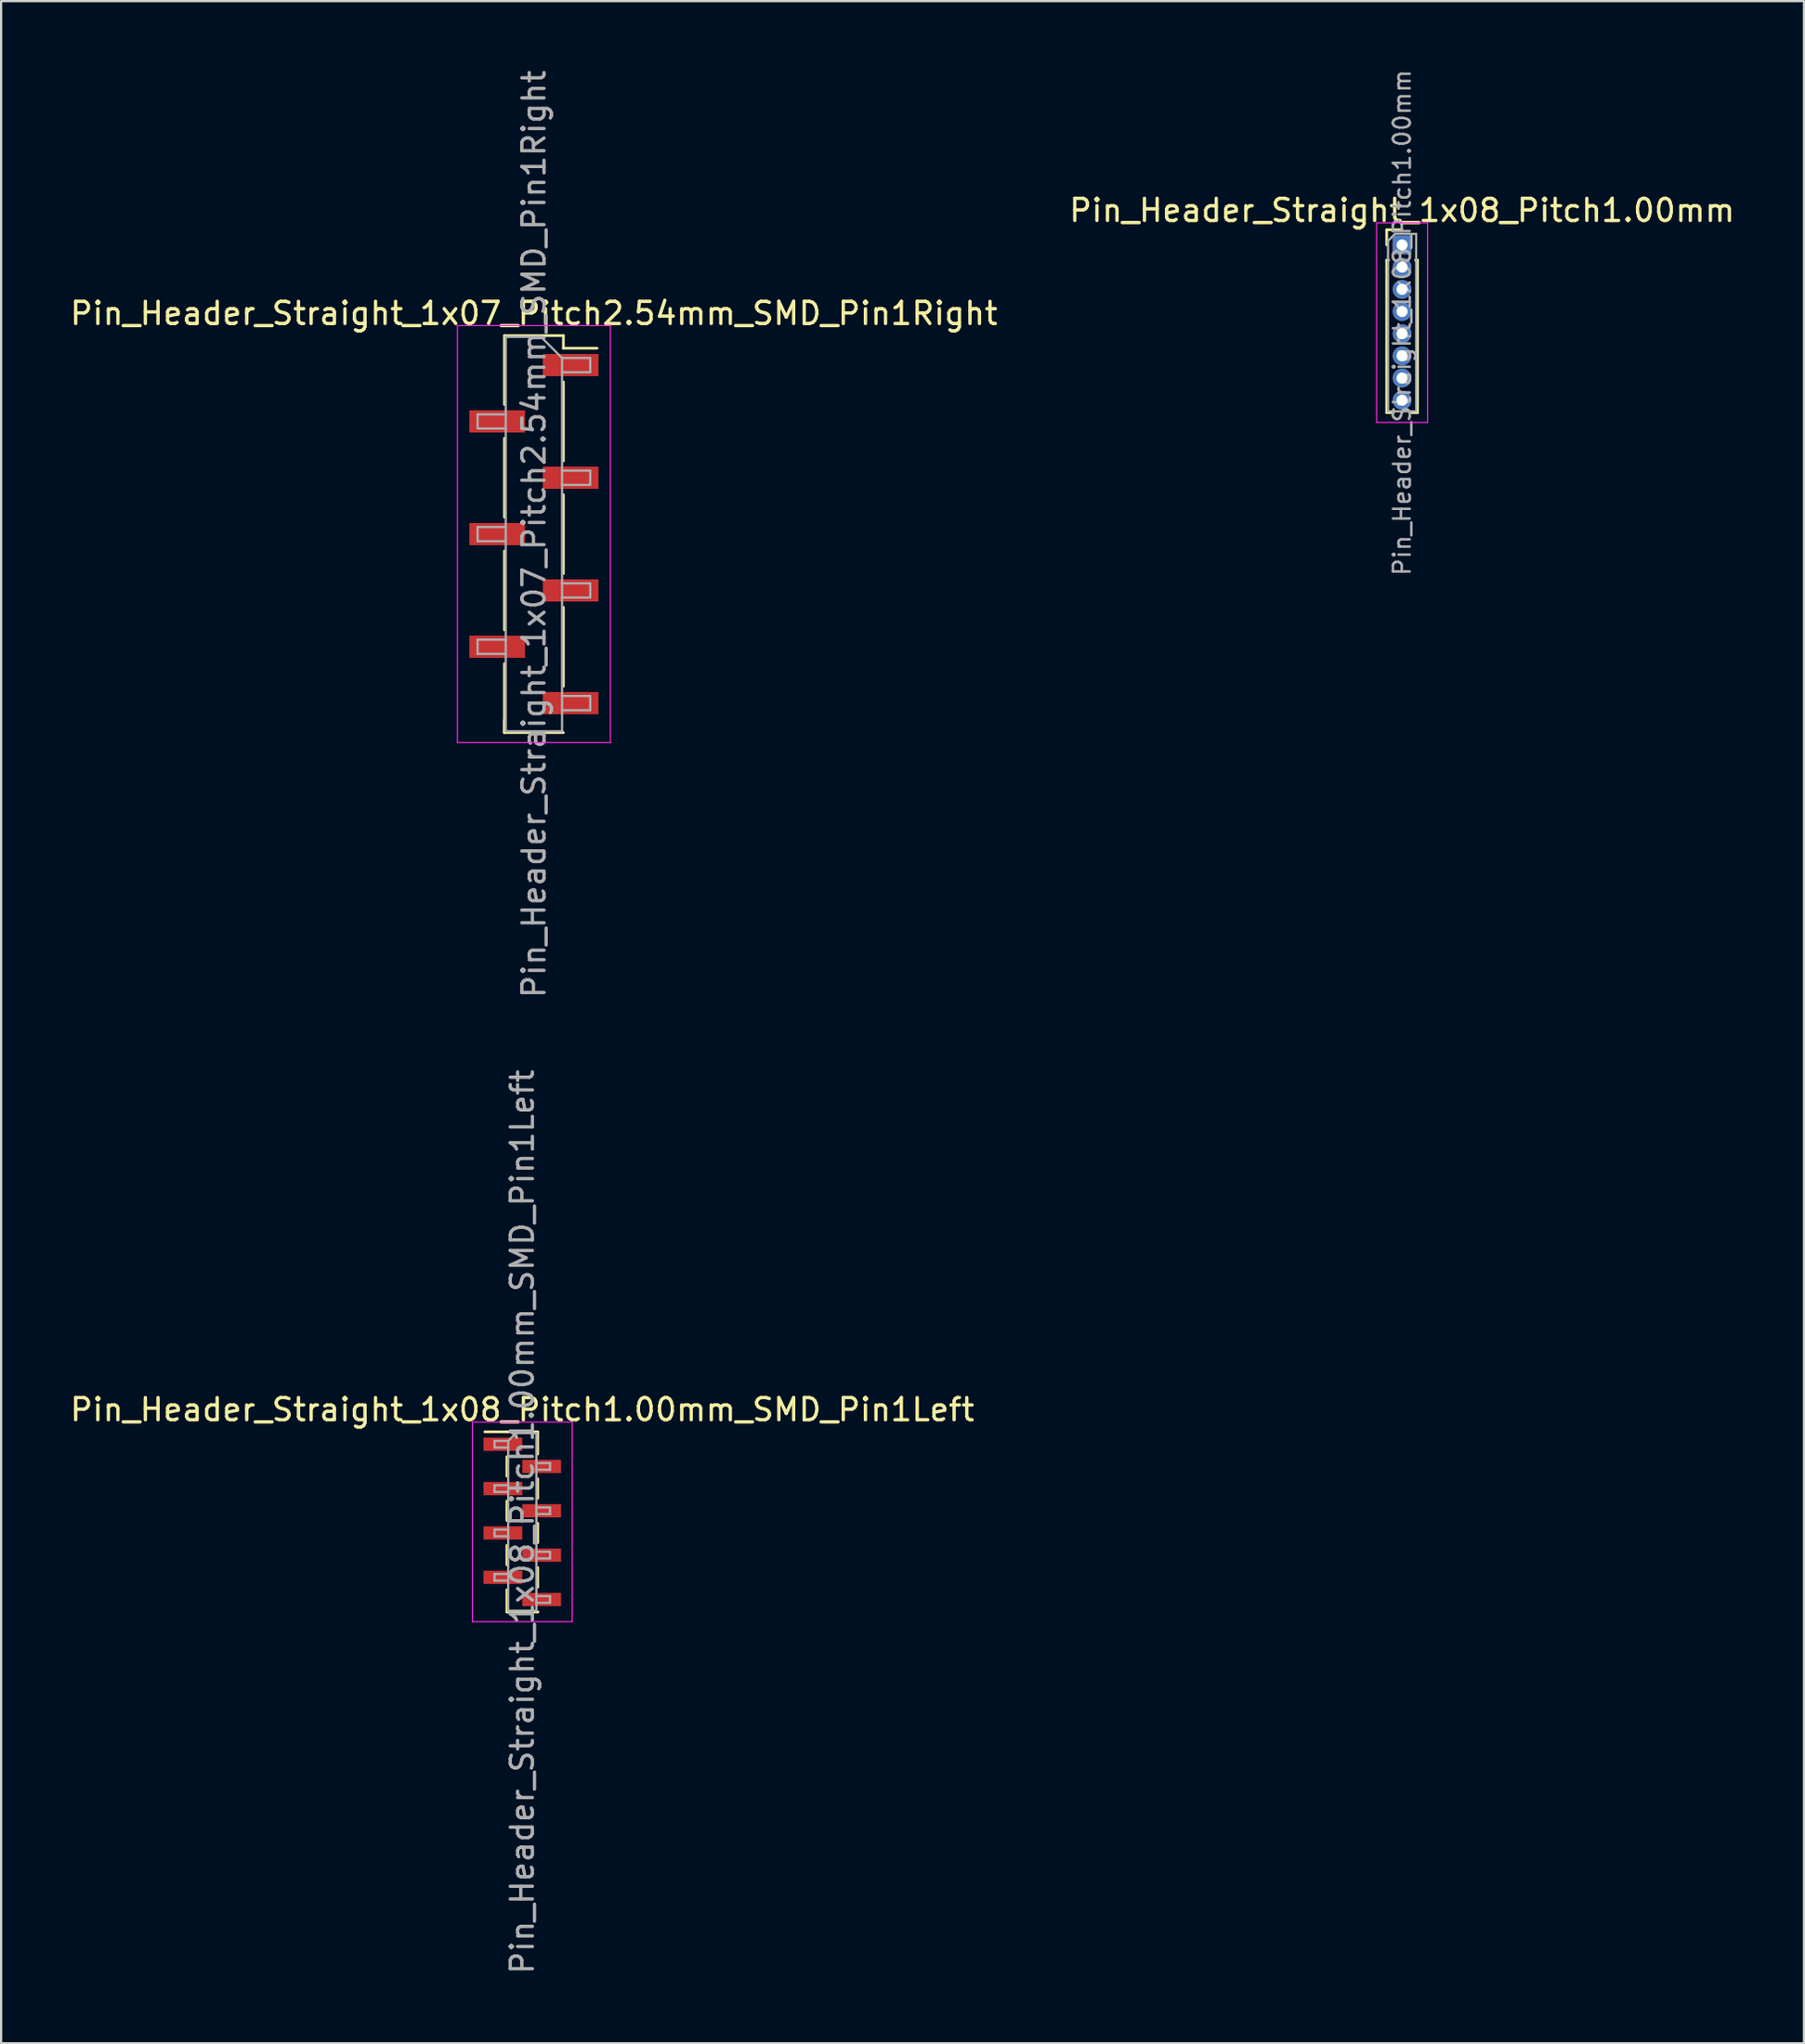
<source format=kicad_pcb>
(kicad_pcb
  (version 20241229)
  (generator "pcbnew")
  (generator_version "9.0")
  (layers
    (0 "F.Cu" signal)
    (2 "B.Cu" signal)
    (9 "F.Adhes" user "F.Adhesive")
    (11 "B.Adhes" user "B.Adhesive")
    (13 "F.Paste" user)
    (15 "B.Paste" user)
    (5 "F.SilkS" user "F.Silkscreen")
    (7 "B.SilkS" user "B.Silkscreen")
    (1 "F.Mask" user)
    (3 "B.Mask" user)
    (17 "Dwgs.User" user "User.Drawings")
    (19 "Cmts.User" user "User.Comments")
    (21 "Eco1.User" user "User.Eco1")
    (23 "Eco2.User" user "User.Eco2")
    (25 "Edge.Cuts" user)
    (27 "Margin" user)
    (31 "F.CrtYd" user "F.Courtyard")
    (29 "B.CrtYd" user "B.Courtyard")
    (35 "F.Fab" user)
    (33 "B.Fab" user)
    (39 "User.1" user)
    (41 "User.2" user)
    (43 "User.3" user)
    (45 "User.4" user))
  (footprint "Pin_Header_Straight_1x08_Pitch1.00mm_SMD_Pin1Left"
    (layer "F.Cu")
    (at 20.506 65.565)
    (property "Reference" "Pin_Header_Straight_1x08_Pitch1.00mm_SMD_Pin1Left" (at 0 -5.06 0) (layer "F.SilkS") (effects (font (size 1 1) (thickness 0.15))))
    (attr smd)
    (fp_line (start -0.695 -4.06) (end -1.69 -4.06) (stroke (width 0.12) (type solid)) (layer "F.SilkS"))
    (fp_line (start -0.695 -4.06) (end -0.695 -4.06) (stroke (width 0.12) (type solid)) (layer "F.SilkS"))
    (fp_line (start -0.695 -4.06) (end 0.695 -4.06) (stroke (width 0.12) (type solid)) (layer "F.SilkS"))
    (fp_line (start -0.695 -2.94) (end -0.695 -2.06) (stroke (width 0.12) (type solid)) (layer "F.SilkS"))
    (fp_line (start -0.695 -0.94) (end -0.695 -0.06) (stroke (width 0.12) (type solid)) (layer "F.SilkS"))
    (fp_line (start -0.695 1.06) (end -0.695 1.94) (stroke (width 0.12) (type solid)) (layer "F.SilkS"))
    (fp_line (start -0.695 3.06) (end -0.695 4.06) (stroke (width 0.12) (type solid)) (layer "F.SilkS"))
    (fp_line (start -0.695 4.06) (end 0.695 4.06) (stroke (width 0.12) (type solid)) (layer "F.SilkS"))
    (fp_line (start 0.695 -4.06) (end 0.695 -3.06) (stroke (width 0.12) (type solid)) (layer "F.SilkS"))
    (fp_line (start 0.695 -1.94) (end 0.695 -1.06) (stroke (width 0.12) (type solid)) (layer "F.SilkS"))
    (fp_line (start 0.695 0.06) (end 0.695 0.94) (stroke (width 0.12) (type solid)) (layer "F.SilkS"))
    (fp_line (start 0.695 2.06) (end 0.695 2.94) (stroke (width 0.12) (type solid)) (layer "F.SilkS"))
    (fp_line (start 0.695 4.06) (end 0.695 4.06) (stroke (width 0.12) (type solid)) (layer "F.SilkS"))
    (fp_line (start -2.25 -4.5) (end -2.25 4.5) (stroke (width 0.05) (type solid)) (layer "F.CrtYd"))
    (fp_line (start -2.25 4.5) (end 2.25 4.5) (stroke (width 0.05) (type solid)) (layer "F.CrtYd"))
    (fp_line (start 2.25 -4.5) (end -2.25 -4.5) (stroke (width 0.05) (type solid)) (layer "F.CrtYd"))
    (fp_line (start 2.25 4.5) (end 2.25 -4.5) (stroke (width 0.05) (type solid)) (layer "F.CrtYd"))
    (fp_line (start -1.25 -3.65) (end -1.25 -3.35) (stroke (width 0.1) (type solid)) (layer "F.Fab"))
    (fp_line (start -1.25 -3.35) (end -0.635 -3.35) (stroke (width 0.1) (type solid)) (layer "F.Fab"))
    (fp_line (start -1.25 -1.65) (end -1.25 -1.35) (stroke (width 0.1) (type solid)) (layer "F.Fab"))
    (fp_line (start -1.25 -1.35) (end -0.635 -1.35) (stroke (width 0.1) (type solid)) (layer "F.Fab"))
    (fp_line (start -1.25 0.35) (end -1.25 0.65) (stroke (width 0.1) (type solid)) (layer "F.Fab"))
    (fp_line (start -1.25 0.65) (end -0.635 0.65) (stroke (width 0.1) (type solid)) (layer "F.Fab"))
    (fp_line (start -1.25 2.35) (end -1.25 2.65) (stroke (width 0.1) (type solid)) (layer "F.Fab"))
    (fp_line (start -1.25 2.65) (end -0.635 2.65) (stroke (width 0.1) (type solid)) (layer "F.Fab"))
    (fp_line (start -0.635 -3.65) (end -1.25 -3.65) (stroke (width 0.1) (type solid)) (layer "F.Fab"))
    (fp_line (start -0.635 -3.65) (end -0.285 -4) (stroke (width 0.1) (type solid)) (layer "F.Fab"))
    (fp_line (start -0.635 -1.65) (end -1.25 -1.65) (stroke (width 0.1) (type solid)) (layer "F.Fab"))
    (fp_line (start -0.635 0.35) (end -1.25 0.35) (stroke (width 0.1) (type solid)) (layer "F.Fab"))
    (fp_line (start -0.635 2.35) (end -1.25 2.35) (stroke (width 0.1) (type solid)) (layer "F.Fab"))
    (fp_line (start -0.635 4) (end -0.635 -3.65) (stroke (width 0.1) (type solid)) (layer "F.Fab"))
    (fp_line (start -0.285 -4) (end 0.635 -4) (stroke (width 0.1) (type solid)) (layer "F.Fab"))
    (fp_line (start 0.635 -4) (end 0.635 4) (stroke (width 0.1) (type solid)) (layer "F.Fab"))
    (fp_line (start 0.635 -2.65) (end 1.25 -2.65) (stroke (width 0.1) (type solid)) (layer "F.Fab"))
    (fp_line (start 0.635 -0.65) (end 1.25 -0.65) (stroke (width 0.1) (type solid)) (layer "F.Fab"))
    (fp_line (start 0.635 1.35) (end 1.25 1.35) (stroke (width 0.1) (type solid)) (layer "F.Fab"))
    (fp_line (start 0.635 3.35) (end 1.25 3.35) (stroke (width 0.1) (type solid)) (layer "F.Fab"))
    (fp_line (start 0.635 4) (end -0.635 4) (stroke (width 0.1) (type solid)) (layer "F.Fab"))
    (fp_line (start 1.25 -2.65) (end 1.25 -2.35) (stroke (width 0.1) (type solid)) (layer "F.Fab"))
    (fp_line (start 1.25 -2.35) (end 0.635 -2.35) (stroke (width 0.1) (type solid)) (layer "F.Fab"))
    (fp_line (start 1.25 -0.65) (end 1.25 -0.35) (stroke (width 0.1) (type solid)) (layer "F.Fab"))
    (fp_line (start 1.25 -0.35) (end 0.635 -0.35) (stroke (width 0.1) (type solid)) (layer "F.Fab"))
    (fp_line (start 1.25 1.35) (end 1.25 1.65) (stroke (width 0.1) (type solid)) (layer "F.Fab"))
    (fp_line (start 1.25 1.65) (end 0.635 1.65) (stroke (width 0.1) (type solid)) (layer "F.Fab"))
    (fp_line (start 1.25 3.35) (end 1.25 3.65) (stroke (width 0.1) (type solid)) (layer "F.Fab"))
    (fp_line (start 1.25 3.65) (end 0.635 3.65) (stroke (width 0.1) (type solid)) (layer "F.Fab"))
    (fp_text user "${REFERENCE}" (at 0 0 90) (layer "F.Fab") (effects (font (size 1 1) (thickness 0.15))))
    (pad "1" smd rect (at -0.875 -3.5) (size 1.75 0.6) (layers "F.Cu" "F.Mask" "F.Paste"))
    (pad "2" smd rect (at 0.875 -2.5) (size 1.75 0.6) (layers "F.Cu" "F.Mask" "F.Paste"))
    (pad "3" smd rect (at -0.875 -1.5) (size 1.75 0.6) (layers "F.Cu" "F.Mask" "F.Paste"))
    (pad "4" smd rect (at 0.875 -0.5) (size 1.75 0.6) (layers "F.Cu" "F.Mask" "F.Paste"))
    (pad "5" smd rect (at -0.875 0.5) (size 1.75 0.6) (layers "F.Cu" "F.Mask" "F.Paste"))
    (pad "6" smd rect (at 0.875 1.5) (size 1.75 0.6) (layers "F.Cu" "F.Mask" "F.Paste"))
    (pad "7" smd rect (at -0.875 2.5) (size 1.75 0.6) (layers "F.Cu" "F.Mask" "F.Paste"))
    (pad "8" smd rect (at 0.875 3.5) (size 1.75 0.6) (layers "F.Cu" "F.Mask" "F.Paste")))
  (footprint "Pin_Header_Straight_1x07_Pitch2.54mm_SMD_Pin1Right"
    (layer "F.Cu")
    (at 21.03 21.03)
    (property "Reference" "Pin_Header_Straight_1x07_Pitch2.54mm_SMD_Pin1Right" (at 0 -9.95 0) (layer "F.SilkS") (effects (font (size 1 1) (thickness 0.15))))
    (attr smd)
    (fp_line (start -1.33 -8.95) (end -1.33 -5.84) (stroke (width 0.12) (type solid)) (layer "F.SilkS"))
    (fp_line (start -1.33 -8.95) (end 1.33 -8.95) (stroke (width 0.12) (type solid)) (layer "F.SilkS"))
    (fp_line (start -1.33 -4.32) (end -1.33 -0.76) (stroke (width 0.12) (type solid)) (layer "F.SilkS"))
    (fp_line (start -1.33 0.76) (end -1.33 4.32) (stroke (width 0.12) (type solid)) (layer "F.SilkS"))
    (fp_line (start -1.33 5.84) (end -1.33 8.95) (stroke (width 0.12) (type solid)) (layer "F.SilkS"))
    (fp_line (start -1.33 8.38) (end -1.33 8.95) (stroke (width 0.12) (type solid)) (layer "F.SilkS"))
    (fp_line (start -1.33 8.95) (end 1.33 8.95) (stroke (width 0.12) (type solid)) (layer "F.SilkS"))
    (fp_line (start 1.33 -8.95) (end 1.33 -8.38) (stroke (width 0.12) (type solid)) (layer "F.SilkS"))
    (fp_line (start 1.33 -8.38) (end 2.85 -8.38) (stroke (width 0.12) (type solid)) (layer "F.SilkS"))
    (fp_line (start 1.33 -6.86) (end 1.33 -3.3) (stroke (width 0.12) (type solid)) (layer "F.SilkS"))
    (fp_line (start 1.33 -1.78) (end 1.33 1.78) (stroke (width 0.12) (type solid)) (layer "F.SilkS"))
    (fp_line (start 1.33 3.3) (end 1.33 6.86) (stroke (width 0.12) (type solid)) (layer "F.SilkS"))
    (fp_line (start -3.45 -9.4) (end -3.45 9.4) (stroke (width 0.05) (type solid)) (layer "F.CrtYd"))
    (fp_line (start -3.45 9.4) (end 3.45 9.4) (stroke (width 0.05) (type solid)) (layer "F.CrtYd"))
    (fp_line (start 3.45 -9.4) (end -3.45 -9.4) (stroke (width 0.05) (type solid)) (layer "F.CrtYd"))
    (fp_line (start 3.45 9.4) (end 3.45 -9.4) (stroke (width 0.05) (type solid)) (layer "F.CrtYd"))
    (fp_line (start -2.54 -5.4) (end -2.54 -4.76) (stroke (width 0.1) (type solid)) (layer "F.Fab"))
    (fp_line (start -2.54 -4.76) (end -1.27 -4.76) (stroke (width 0.1) (type solid)) (layer "F.Fab"))
    (fp_line (start -2.54 -0.32) (end -2.54 0.32) (stroke (width 0.1) (type solid)) (layer "F.Fab"))
    (fp_line (start -2.54 0.32) (end -1.27 0.32) (stroke (width 0.1) (type solid)) (layer "F.Fab"))
    (fp_line (start -2.54 4.76) (end -2.54 5.4) (stroke (width 0.1) (type solid)) (layer "F.Fab"))
    (fp_line (start -2.54 5.4) (end -1.27 5.4) (stroke (width 0.1) (type solid)) (layer "F.Fab"))
    (fp_line (start -1.27 -8.89) (end -1.27 8.89) (stroke (width 0.1) (type solid)) (layer "F.Fab"))
    (fp_line (start -1.27 -8.89) (end 0.32 -8.89) (stroke (width 0.1) (type solid)) (layer "F.Fab"))
    (fp_line (start -1.27 -5.4) (end -2.54 -5.4) (stroke (width 0.1) (type solid)) (layer "F.Fab"))
    (fp_line (start -1.27 -0.32) (end -2.54 -0.32) (stroke (width 0.1) (type solid)) (layer "F.Fab"))
    (fp_line (start -1.27 4.76) (end -2.54 4.76) (stroke (width 0.1) (type solid)) (layer "F.Fab"))
    (fp_line (start 1.27 -7.94) (end 0.32 -8.89) (stroke (width 0.1) (type solid)) (layer "F.Fab"))
    (fp_line (start 1.27 -7.94) (end 2.54 -7.94) (stroke (width 0.1) (type solid)) (layer "F.Fab"))
    (fp_line (start 1.27 -2.86) (end 2.54 -2.86) (stroke (width 0.1) (type solid)) (layer "F.Fab"))
    (fp_line (start 1.27 2.22) (end 2.54 2.22) (stroke (width 0.1) (type solid)) (layer "F.Fab"))
    (fp_line (start 1.27 7.3) (end 2.54 7.3) (stroke (width 0.1) (type solid)) (layer "F.Fab"))
    (fp_line (start 1.27 8.89) (end -1.27 8.89) (stroke (width 0.1) (type solid)) (layer "F.Fab"))
    (fp_line (start 1.27 8.89) (end 1.27 -7.94) (stroke (width 0.1) (type solid)) (layer "F.Fab"))
    (fp_line (start 2.54 -7.94) (end 2.54 -7.3) (stroke (width 0.1) (type solid)) (layer "F.Fab"))
    (fp_line (start 2.54 -7.3) (end 1.27 -7.3) (stroke (width 0.1) (type solid)) (layer "F.Fab"))
    (fp_line (start 2.54 -2.86) (end 2.54 -2.22) (stroke (width 0.1) (type solid)) (layer "F.Fab"))
    (fp_line (start 2.54 -2.22) (end 1.27 -2.22) (stroke (width 0.1) (type solid)) (layer "F.Fab"))
    (fp_line (start 2.54 2.22) (end 2.54 2.86) (stroke (width 0.1) (type solid)) (layer "F.Fab"))
    (fp_line (start 2.54 2.86) (end 1.27 2.86) (stroke (width 0.1) (type solid)) (layer "F.Fab"))
    (fp_line (start 2.54 7.3) (end 2.54 7.94) (stroke (width 0.1) (type solid)) (layer "F.Fab"))
    (fp_line (start 2.54 7.94) (end 1.27 7.94) (stroke (width 0.1) (type solid)) (layer "F.Fab"))
    (fp_text user "${REFERENCE}" (at 0 0 90) (layer "F.Fab") (effects (font (size 1 1) (thickness 0.15))))
    (pad "1" smd rect (at 1.655 -7.62) (size 2.51 1) (layers "F.Cu" "F.Mask" "F.Paste"))
    (pad "2" smd rect (at -1.655 -5.08) (size 2.51 1) (layers "F.Cu" "F.Mask" "F.Paste"))
    (pad "3" smd rect (at 1.655 -2.54) (size 2.51 1) (layers "F.Cu" "F.Mask" "F.Paste"))
    (pad "4" smd rect (at -1.655 0) (size 2.51 1) (layers "F.Cu" "F.Mask" "F.Paste"))
    (pad "5" smd rect (at 1.655 2.54) (size 2.51 1) (layers "F.Cu" "F.Mask" "F.Paste"))
    (pad "6" smd rect (at -1.655 5.08) (size 2.51 1) (layers "F.Cu" "F.Mask" "F.Paste"))
    (pad "7" smd rect (at 1.655 7.62) (size 2.51 1) (layers "F.Cu" "F.Mask" "F.Paste")))
  (footprint "Pin_Header_Straight_1x08_Pitch1.00mm"
    (layer "F.Cu")
    (at 60.185 7.995)
    (property "Reference" "Pin_Header_Straight_1x08_Pitch1.00mm" (at 0 -1.56 0) (layer "F.SilkS") (effects (font (size 1 1) (thickness 0.15))))
    (attr through_hole)
    (fp_line (start -0.695 -0.685) (end 0 -0.685) (stroke (width 0.12) (type solid)) (layer "F.SilkS"))
    (fp_line (start -0.695 0) (end -0.695 -0.685) (stroke (width 0.12) (type solid)) (layer "F.SilkS"))
    (fp_line (start -0.695 0.685) (end -0.695 7.56) (stroke (width 0.12) (type solid)) (layer "F.SilkS"))
    (fp_line (start -0.695 0.685) (end -0.608 0.685) (stroke (width 0.12) (type solid)) (layer "F.SilkS"))
    (fp_line (start -0.695 7.56) (end -0.394 7.56) (stroke (width 0.12) (type solid)) (layer "F.SilkS"))
    (fp_line (start 0.394 7.56) (end 0.695 7.56) (stroke (width 0.12) (type solid)) (layer "F.SilkS"))
    (fp_line (start 0.608 0.685) (end 0.695 0.685) (stroke (width 0.12) (type solid)) (layer "F.SilkS"))
    (fp_line (start 0.695 0.685) (end 0.695 7.56) (stroke (width 0.12) (type solid)) (layer "F.SilkS"))
    (fp_line (start -1.15 -1) (end -1.15 8) (stroke (width 0.05) (type solid)) (layer "F.CrtYd"))
    (fp_line (start -1.15 8) (end 1.15 8) (stroke (width 0.05) (type solid)) (layer "F.CrtYd"))
    (fp_line (start 1.15 -1) (end -1.15 -1) (stroke (width 0.05) (type solid)) (layer "F.CrtYd"))
    (fp_line (start 1.15 8) (end 1.15 -1) (stroke (width 0.05) (type solid)) (layer "F.CrtYd"))
    (fp_line (start -0.635 -0.182) (end -0.318 -0.5) (stroke (width 0.1) (type solid)) (layer "F.Fab"))
    (fp_line (start -0.635 7.5) (end -0.635 -0.182) (stroke (width 0.1) (type solid)) (layer "F.Fab"))
    (fp_line (start -0.318 -0.5) (end 0.635 -0.5) (stroke (width 0.1) (type solid)) (layer "F.Fab"))
    (fp_line (start 0.635 -0.5) (end 0.635 7.5) (stroke (width 0.1) (type solid)) (layer "F.Fab"))
    (fp_line (start 0.635 7.5) (end -0.635 7.5) (stroke (width 0.1) (type solid)) (layer "F.Fab"))
    (fp_text user "${REFERENCE}" (at 0 3.5 90) (layer "F.Fab") (effects (font (size 0.76 0.76) (thickness 0.114))))
    (pad "1" thru_hole rect (at 0 0) (size 0.85 0.85) (drill 0.5) (layers "*.Cu" "*.Mask"))
    (pad "2" thru_hole oval (at 0 1) (size 0.85 0.85) (drill 0.5) (layers "*.Cu" "*.Mask"))
    (pad "3" thru_hole oval (at 0 2) (size 0.85 0.85) (drill 0.5) (layers "*.Cu" "*.Mask"))
    (pad "4" thru_hole oval (at 0 3) (size 0.85 0.85) (drill 0.5) (layers "*.Cu" "*.Mask"))
    (pad "5" thru_hole oval (at 0 4) (size 0.85 0.85) (drill 0.5) (layers "*.Cu" "*.Mask"))
    (pad "6" thru_hole oval (at 0 5) (size 0.85 0.85) (drill 0.5) (layers "*.Cu" "*.Mask"))
    (pad "7" thru_hole oval (at 0 6) (size 0.85 0.85) (drill 0.5) (layers "*.Cu" "*.Mask"))
    (pad "8" thru_hole oval (at 0 7) (size 0.85 0.85) (drill 0.5) (layers "*.Cu" "*.Mask")))
  (gr_rect
    (start -3 -3)
    (end 78.31 89.071)
    (stroke (width 0.1) (type default))
    (fill no)
    (layer "Edge.Cuts")))
</source>
